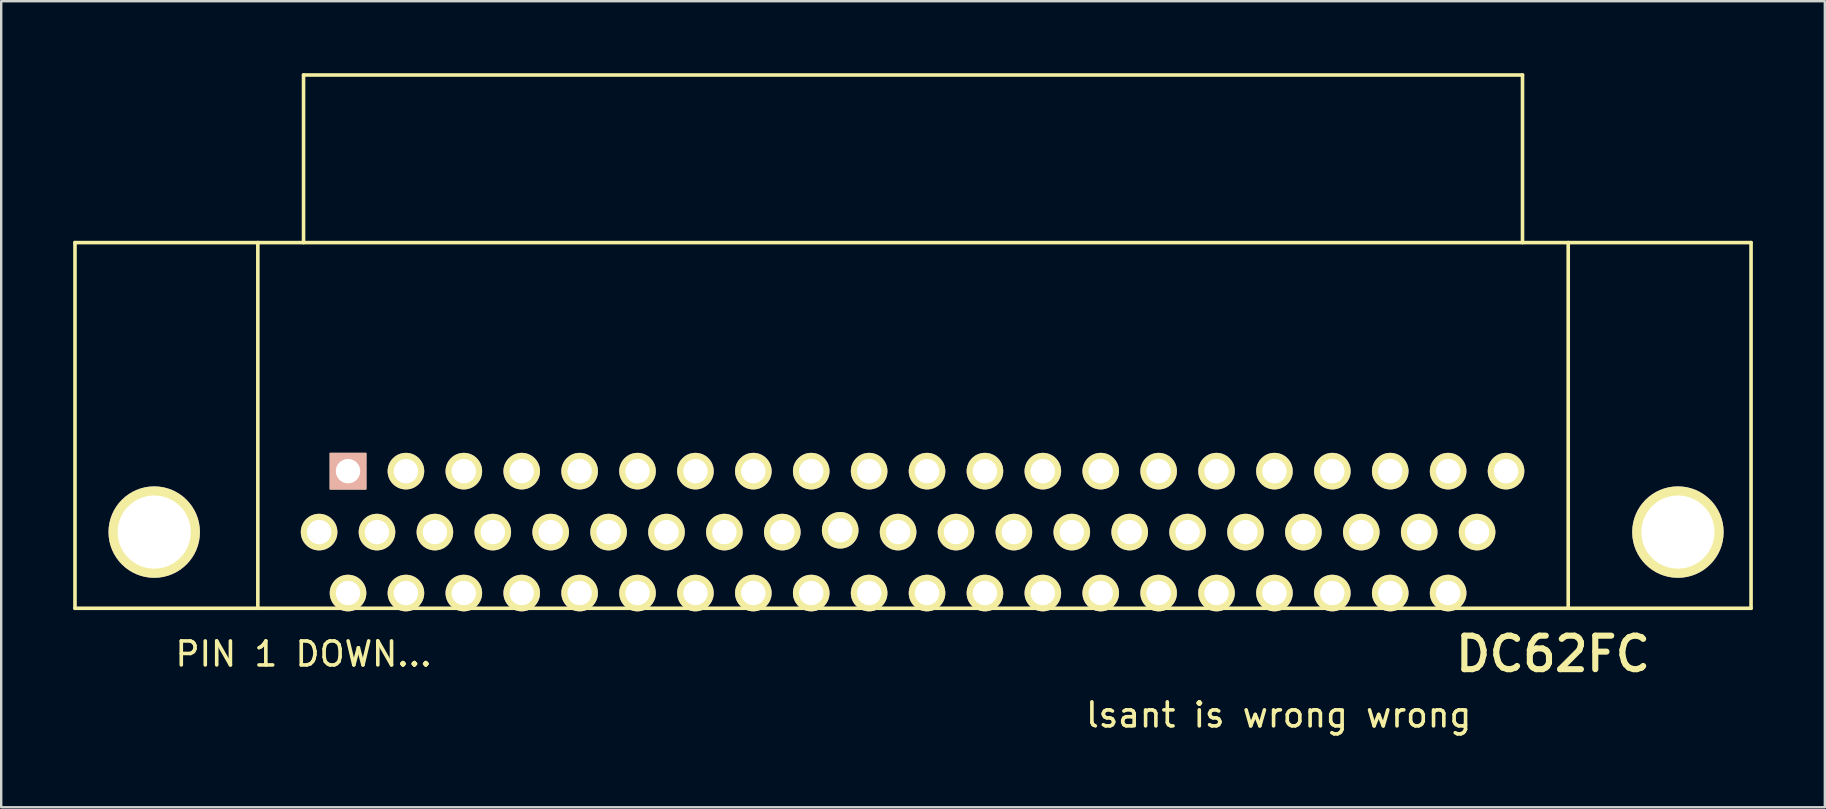
<source format=kicad_pcb>
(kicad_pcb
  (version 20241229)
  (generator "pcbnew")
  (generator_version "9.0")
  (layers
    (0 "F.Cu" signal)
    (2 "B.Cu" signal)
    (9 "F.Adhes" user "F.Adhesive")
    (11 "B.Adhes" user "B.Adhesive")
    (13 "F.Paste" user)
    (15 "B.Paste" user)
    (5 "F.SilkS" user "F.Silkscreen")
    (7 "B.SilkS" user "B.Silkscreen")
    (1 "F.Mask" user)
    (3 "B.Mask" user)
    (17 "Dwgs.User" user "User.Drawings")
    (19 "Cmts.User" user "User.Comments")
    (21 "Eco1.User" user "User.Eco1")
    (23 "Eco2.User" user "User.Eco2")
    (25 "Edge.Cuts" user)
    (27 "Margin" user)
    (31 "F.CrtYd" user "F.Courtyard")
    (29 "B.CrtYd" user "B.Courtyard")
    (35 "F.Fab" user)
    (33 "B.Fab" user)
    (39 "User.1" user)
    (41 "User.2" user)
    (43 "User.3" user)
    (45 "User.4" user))
  (footprint "DC62FC"
    (layer "F.Cu")
    (at 35 19.125)
    (property "Reference" "DC62FC" (at 26.67 5.08 0) (layer "F.SilkS") (effects (font (size 1.397 1.397) (thickness 0.254))))
    (attr through_hole)
    (fp_line (start -34.925 -12.065) (end 34.925 -12.065) (stroke (width 0.15) (type solid)) (layer "F.SilkS"))
    (fp_line (start -34.925 3.175) (end -34.925 -12.065) (stroke (width 0.15) (type solid)) (layer "F.SilkS"))
    (fp_line (start -27.305 -12.065) (end -27.305 3.175) (stroke (width 0.15) (type solid)) (layer "F.SilkS"))
    (fp_line (start -25.4 -19.05) (end -25.4 -12.065) (stroke (width 0.15) (type solid)) (layer "F.SilkS"))
    (fp_line (start 25.4 -19.05) (end -25.4 -19.05) (stroke (width 0.15) (type solid)) (layer "F.SilkS"))
    (fp_line (start 25.4 -12.065) (end 25.4 -19.05) (stroke (width 0.15) (type solid)) (layer "F.SilkS"))
    (fp_line (start 27.305 -12.065) (end 27.305 3.175) (stroke (width 0.15) (type solid)) (layer "F.SilkS"))
    (fp_line (start 34.925 -12.065) (end 34.925 3.175) (stroke (width 0.15) (type solid)) (layer "F.SilkS"))
    (fp_line (start 34.925 3.175) (end -34.925 3.175) (stroke (width 0.15) (type solid)) (layer "F.SilkS"))
    (fp_text user "PIN 1 DOWN..." (at -25.4 5.08 0) (layer "F.SilkS") (effects (font (size 1 1) (thickness 0.15))))
    (fp_text user "lsant is wrong wrong" (at 15.24 7.62 0) (layer "F.SilkS") (effects (font (size 1 1) (thickness 0.15))))
    (pad "1" thru_hole circle (at -23.546 2.54 180) (size 1.524 1.524) (drill 1.016) (layers "*.Cu" "*.Mask" "F.SilkS"))
    (pad "2" thru_hole circle (at -21.133 -2.54 180) (size 1.524 1.524) (drill 1.016) (layers "*.Cu" "*.Mask" "F.SilkS"))
    (pad "3" thru_hole circle (at -18.72 -2.54 180) (size 1.524 1.524) (drill 1.016) (layers "*.Cu" "*.Mask" "F.SilkS"))
    (pad "4" thru_hole circle (at -16.307 -2.54 180) (size 1.524 1.524) (drill 1.016) (layers "*.Cu" "*.Mask" "F.SilkS"))
    (pad "5" thru_hole circle (at -13.894 -2.54 180) (size 1.524 1.524) (drill 1.016) (layers "*.Cu" "*.Mask" "F.SilkS"))
    (pad "6" thru_hole circle (at -11.481 -2.54 180) (size 1.524 1.524) (drill 1.016) (layers "*.Cu" "*.Mask" "F.SilkS"))
    (pad "7" thru_hole circle (at -9.068 -2.54 180) (size 1.524 1.524) (drill 1.016) (layers "*.Cu" "*.Mask" "F.SilkS"))
    (pad "8" thru_hole circle (at -6.655 -2.54 180) (size 1.524 1.524) (drill 1.016) (layers "*.Cu" "*.Mask" "F.SilkS"))
    (pad "9" thru_hole circle (at -4.242 -2.54 180) (size 1.524 1.524) (drill 1.016) (layers "*.Cu" "*.Mask" "F.SilkS"))
    (pad "10" thru_hole circle (at -1.829 -2.54 180) (size 1.524 1.524) (drill 1.016) (layers "*.Cu" "*.Mask" "F.SilkS"))
    (pad "11" thru_hole circle (at 0.584 -2.54 180) (size 1.524 1.524) (drill 1.016) (layers "*.Cu" "*.Mask" "F.SilkS"))
    (pad "12" thru_hole circle (at 2.997 -2.54 180) (size 1.524 1.524) (drill 1.016) (layers "*.Cu" "*.Mask" "F.SilkS"))
    (pad "13" thru_hole circle (at 5.41 -2.54 180) (size 1.524 1.524) (drill 1.016) (layers "*.Cu" "*.Mask" "F.SilkS"))
    (pad "14" thru_hole circle (at 7.823 -2.54 180) (size 1.524 1.524) (drill 1.016) (layers "*.Cu" "*.Mask" "F.SilkS"))
    (pad "15" thru_hole circle (at 10.236 -2.54 180) (size 1.524 1.524) (drill 1.016) (layers "*.Cu" "*.Mask" "F.SilkS"))
    (pad "16" thru_hole circle (at 12.649 -2.54 180) (size 1.524 1.524) (drill 1.016) (layers "*.Cu" "*.Mask" "F.SilkS"))
    (pad "17" thru_hole circle (at 15.062 -2.54 180) (size 1.524 1.524) (drill 1.016) (layers "*.Cu" "*.Mask" "F.SilkS"))
    (pad "18" thru_hole circle (at 17.475 -2.54 180) (size 1.524 1.524) (drill 1.016) (layers "*.Cu" "*.Mask" "F.SilkS"))
    (pad "19" thru_hole circle (at 19.888 -2.54 180) (size 1.524 1.524) (drill 1.016) (layers "*.Cu" "*.Mask" "F.SilkS"))
    (pad "20" thru_hole circle (at 22.301 -2.54 180) (size 1.524 1.524) (drill 1.016) (layers "*.Cu" "*.Mask" "F.SilkS"))
    (pad "21" thru_hole circle (at 24.714 -2.54 180) (size 1.524 1.524) (drill 1.016) (layers "*.Cu" "*.Mask" "F.SilkS"))
    (pad "22" thru_hole circle (at -24.752 0 180) (size 1.524 1.524) (drill 1.016) (layers "*.Cu" "*.Mask" "F.SilkS"))
    (pad "23" thru_hole circle (at -22.339 0 180) (size 1.524 1.524) (drill 1.016) (layers "*.Cu" "*.Mask" "F.SilkS"))
    (pad "24" thru_hole circle (at -19.926 0 180) (size 1.524 1.524) (drill 1.016) (layers "*.Cu" "*.Mask" "F.SilkS"))
    (pad "25" thru_hole circle (at -17.513 0 180) (size 1.524 1.524) (drill 1.016) (layers "*.Cu" "*.Mask" "F.SilkS"))
    (pad "26" thru_hole circle (at -15.1 0 180) (size 1.524 1.524) (drill 1.016) (layers "*.Cu" "*.Mask" "F.SilkS"))
    (pad "27" thru_hole circle (at -12.687 0 180) (size 1.524 1.524) (drill 1.016) (layers "*.Cu" "*.Mask" "F.SilkS"))
    (pad "28" thru_hole circle (at -10.274 0 180) (size 1.524 1.524) (drill 1.016) (layers "*.Cu" "*.Mask" "F.SilkS"))
    (pad "29" thru_hole circle (at -7.861 0 180) (size 1.524 1.524) (drill 1.016) (layers "*.Cu" "*.Mask" "F.SilkS"))
    (pad "30" thru_hole circle (at -5.448 0 180) (size 1.524 1.524) (drill 1.016) (layers "*.Cu" "*.Mask" "F.SilkS"))
    (pad "31" thru_hole circle (at -3.035 -0.076 180) (size 1.524 1.524) (drill 1.016) (layers "*.Cu" "*.Mask" "F.SilkS"))
    (pad "32" thru_hole circle (at -0.622 0 180) (size 1.524 1.524) (drill 1.016) (layers "*.Cu" "*.Mask" "F.SilkS"))
    (pad "33" thru_hole circle (at 1.791 0 180) (size 1.524 1.524) (drill 1.016) (layers "*.Cu" "*.Mask" "F.SilkS"))
    (pad "34" thru_hole circle (at 4.204 0 180) (size 1.524 1.524) (drill 1.016) (layers "*.Cu" "*.Mask" "F.SilkS"))
    (pad "35" thru_hole circle (at 6.617 0 180) (size 1.524 1.524) (drill 1.016) (layers "*.Cu" "*.Mask" "F.SilkS"))
    (pad "36" thru_hole circle (at 9.03 0 180) (size 1.524 1.524) (drill 1.016) (layers "*.Cu" "*.Mask" "F.SilkS"))
    (pad "37" thru_hole circle (at 11.443 0 180) (size 1.524 1.524) (drill 1.016) (layers "*.Cu" "*.Mask" "F.SilkS"))
    (pad "38" thru_hole circle (at 13.856 0 180) (size 1.524 1.524) (drill 1.016) (layers "*.Cu" "*.Mask" "F.SilkS"))
    (pad "39" thru_hole circle (at 16.269 0 180) (size 1.524 1.524) (drill 1.016) (layers "*.Cu" "*.Mask" "F.SilkS"))
    (pad "40" thru_hole circle (at 18.682 0 180) (size 1.524 1.524) (drill 1.016) (layers "*.Cu" "*.Mask" "F.SilkS"))
    (pad "41" thru_hole circle (at 21.095 0 180) (size 1.524 1.524) (drill 1.016) (layers "*.Cu" "*.Mask" "F.SilkS"))
    (pad "42" thru_hole circle (at 23.508 0 180) (size 1.524 1.524) (drill 1.016) (layers "*.Cu" "*.Mask" "F.SilkS"))
    (pad "43" thru_hole rect (at -23.546 -2.54 180) (size 1.524 1.524) (drill 1.016) (layers "*.Cu" "*.SilkS" "*.Mask"))
    (pad "44" thru_hole circle (at -21.133 2.54 180) (size 1.524 1.524) (drill 1.016) (layers "*.Cu" "*.Mask" "F.SilkS"))
    (pad "45" thru_hole circle (at -18.72 2.54 180) (size 1.524 1.524) (drill 1.016) (layers "*.Cu" "*.Mask" "F.SilkS"))
    (pad "46" thru_hole circle (at -16.307 2.54 180) (size 1.524 1.524) (drill 1.016) (layers "*.Cu" "*.Mask" "F.SilkS"))
    (pad "47" thru_hole circle (at -13.894 2.54 180) (size 1.524 1.524) (drill 1.016) (layers "*.Cu" "*.Mask" "F.SilkS"))
    (pad "48" thru_hole circle (at -11.481 2.54 180) (size 1.524 1.524) (drill 1.016) (layers "*.Cu" "*.Mask" "F.SilkS"))
    (pad "49" thru_hole circle (at -9.068 2.54 180) (size 1.524 1.524) (drill 1.016) (layers "*.Cu" "*.Mask" "F.SilkS"))
    (pad "50" thru_hole circle (at -6.655 2.54 180) (size 1.524 1.524) (drill 1.016) (layers "*.Cu" "*.Mask" "F.SilkS"))
    (pad "51" thru_hole circle (at -4.242 2.54 180) (size 1.524 1.524) (drill 1.016) (layers "*.Cu" "*.Mask" "F.SilkS"))
    (pad "52" thru_hole circle (at -1.829 2.54 180) (size 1.524 1.524) (drill 1.016) (layers "*.Cu" "*.Mask" "F.SilkS"))
    (pad "53" thru_hole circle (at 0.584 2.54 180) (size 1.524 1.524) (drill 1.016) (layers "*.Cu" "*.Mask" "F.SilkS"))
    (pad "54" thru_hole circle (at 2.997 2.54 180) (size 1.524 1.524) (drill 1.016) (layers "*.Cu" "*.Mask" "F.SilkS"))
    (pad "55" thru_hole circle (at 5.41 2.54 180) (size 1.524 1.524) (drill 1.016) (layers "*.Cu" "*.Mask" "F.SilkS"))
    (pad "56" thru_hole circle (at 7.823 2.54 180) (size 1.524 1.524) (drill 1.016) (layers "*.Cu" "*.Mask" "F.SilkS"))
    (pad "57" thru_hole circle (at 10.236 2.54 180) (size 1.524 1.524) (drill 1.016) (layers "*.Cu" "*.Mask" "F.SilkS"))
    (pad "58" thru_hole circle (at 12.649 2.54 180) (size 1.524 1.524) (drill 1.016) (layers "*.Cu" "*.Mask" "F.SilkS"))
    (pad "59" thru_hole circle (at 15.062 2.54 180) (size 1.524 1.524) (drill 1.016) (layers "*.Cu" "*.Mask" "F.SilkS"))
    (pad "60" thru_hole circle (at 17.475 2.54 180) (size 1.524 1.524) (drill 1.016) (layers "*.Cu" "*.Mask" "F.SilkS"))
    (pad "61" thru_hole circle (at 19.888 2.54 180) (size 1.524 1.524) (drill 1.016) (layers "*.Cu" "*.Mask" "F.SilkS"))
    (pad "62" thru_hole circle (at 22.301 2.54 180) (size 1.524 1.524) (drill 1.016) (layers "*.Cu" "*.Mask" "F.SilkS"))
    (pad "?" thru_hole circle (at -31.623 0 180) (size 3.81 3.81) (drill 3.048) (layers "*.Cu" "*.Mask" "F.SilkS"))
    (pad "?" thru_hole circle (at 31.877 0 180) (size 3.81 3.81) (drill 3.048) (layers "*.Cu" "*.Mask" "F.SilkS")))
  (gr_rect
    (start -3 -3)
    (end 73 30.593)
    (stroke (width 0.1) (type default))
    (fill no)
    (layer "Edge.Cuts")))
</source>
